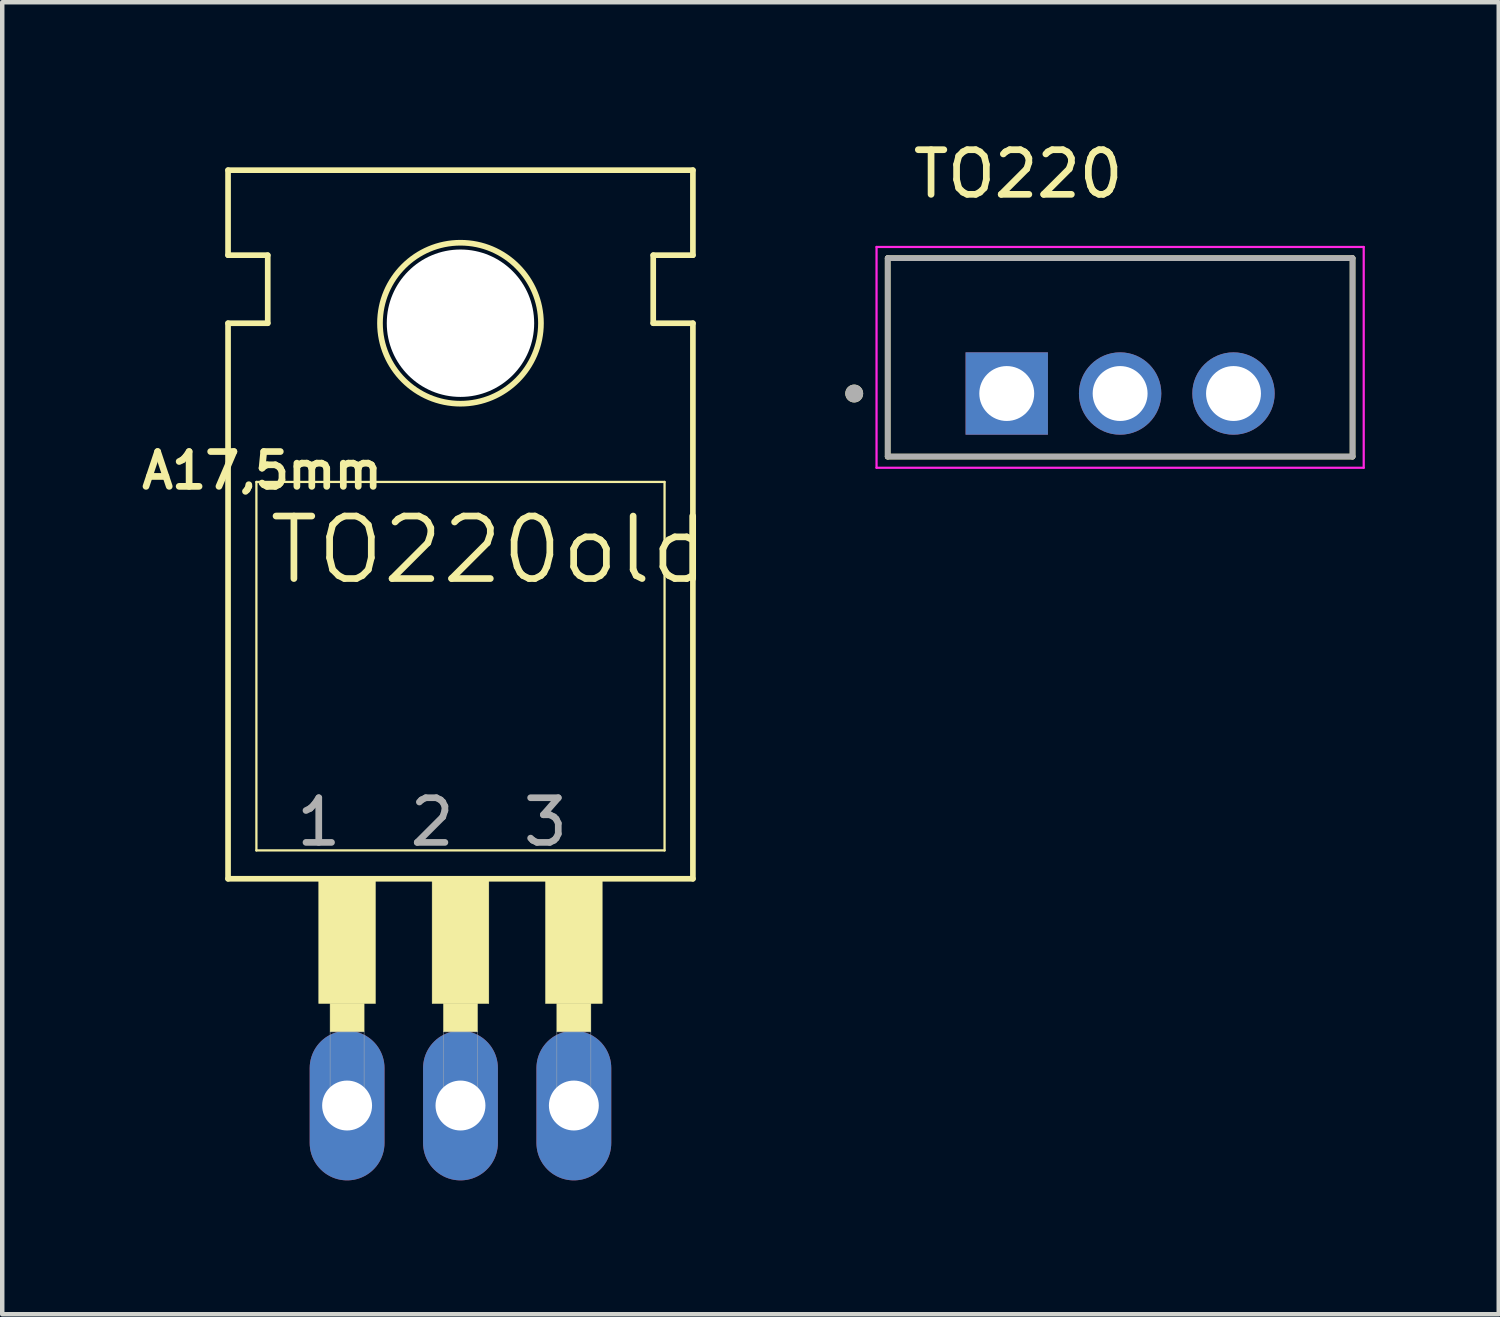
<source format=kicad_pcb>
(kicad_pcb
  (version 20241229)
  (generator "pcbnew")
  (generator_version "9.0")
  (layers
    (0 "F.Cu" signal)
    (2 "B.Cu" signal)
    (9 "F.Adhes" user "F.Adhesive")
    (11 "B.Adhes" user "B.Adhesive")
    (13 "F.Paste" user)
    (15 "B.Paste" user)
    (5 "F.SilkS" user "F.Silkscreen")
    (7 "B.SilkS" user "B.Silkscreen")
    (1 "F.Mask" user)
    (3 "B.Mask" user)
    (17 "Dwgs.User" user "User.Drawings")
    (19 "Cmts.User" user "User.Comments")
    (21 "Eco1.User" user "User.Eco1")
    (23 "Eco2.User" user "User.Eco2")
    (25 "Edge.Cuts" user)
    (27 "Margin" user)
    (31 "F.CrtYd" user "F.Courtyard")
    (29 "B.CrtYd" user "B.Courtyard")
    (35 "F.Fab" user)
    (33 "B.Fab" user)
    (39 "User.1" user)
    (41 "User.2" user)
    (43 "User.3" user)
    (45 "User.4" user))
  (footprint "TO220old"
    (layer "F.Cu")
    (at 7.266 15.367)
    (property "Reference" "TO220old" (at 0.635 -6.096 0) (layer "F.SilkS") (effects (font (size 1.4 1.4) (thickness 0.15))))
    (attr through_hole)
    (fp_line (start -5.207 -12.7) (end -5.207 -14.605) (stroke (width 0.127) (type solid)) (layer "F.SilkS"))
    (fp_line (start -5.207 -11.176) (end -4.318 -11.176) (stroke (width 0.127) (type solid)) (layer "F.SilkS"))
    (fp_line (start -5.207 1.27) (end -5.207 -11.176) (stroke (width 0.127) (type solid)) (layer "F.SilkS"))
    (fp_line (start -5.207 1.27) (end 5.207 1.27) (stroke (width 0.127) (type solid)) (layer "F.SilkS"))
    (fp_line (start -4.572 0.635) (end -4.572 -7.62) (stroke (width 0.051) (type solid)) (layer "F.SilkS"))
    (fp_line (start -4.572 0.635) (end 4.572 0.635) (stroke (width 0.051) (type solid)) (layer "F.SilkS"))
    (fp_line (start -4.318 -12.7) (end -5.207 -12.7) (stroke (width 0.127) (type solid)) (layer "F.SilkS"))
    (fp_line (start -4.318 -11.176) (end -4.318 -12.7) (stroke (width 0.127) (type solid)) (layer "F.SilkS"))
    (fp_line (start 4.318 -12.7) (end 5.207 -12.7) (stroke (width 0.127) (type solid)) (layer "F.SilkS"))
    (fp_line (start 4.318 -11.176) (end 4.318 -12.7) (stroke (width 0.127) (type solid)) (layer "F.SilkS"))
    (fp_line (start 4.572 -7.62) (end -4.572 -7.62) (stroke (width 0.051) (type solid)) (layer "F.SilkS"))
    (fp_line (start 4.572 -7.62) (end 4.572 0.635) (stroke (width 0.051) (type solid)) (layer "F.SilkS"))
    (fp_line (start 5.207 -14.605) (end -5.207 -14.605) (stroke (width 0.127) (type solid)) (layer "F.SilkS"))
    (fp_line (start 5.207 -12.7) (end 5.207 -14.605) (stroke (width 0.127) (type solid)) (layer "F.SilkS"))
    (fp_line (start 5.207 -11.176) (end 4.318 -11.176) (stroke (width 0.127) (type solid)) (layer "F.SilkS"))
    (fp_line (start 5.207 1.27) (end 5.207 -11.176) (stroke (width 0.127) (type solid)) (layer "F.SilkS"))
    (fp_circle (center 0 -11.176) (end 1.803 -11.176) (stroke (width 0.127) (type solid)) (fill no) (layer "F.SilkS"))
    (fp_poly (pts (xy -3.175 1.27) (xy -1.905 1.27) (xy -1.905 4.064) (xy -3.175 4.064)) (stroke (width 0.01) (type solid)) (fill yes) (layer "F.SilkS"))
    (fp_poly (pts (xy -2.921 4.064) (xy -2.159 4.064) (xy -2.159 4.699) (xy -2.921 4.699)) (stroke (width 0.01) (type solid)) (fill yes) (layer "F.SilkS"))
    (fp_poly (pts (xy -0.635 1.27) (xy 0.635 1.27) (xy 0.635 4.064) (xy -0.635 4.064)) (stroke (width 0.01) (type solid)) (fill yes) (layer "F.SilkS"))
    (fp_poly (pts (xy -0.381 4.064) (xy 0.381 4.064) (xy 0.381 4.699) (xy -0.381 4.699)) (stroke (width 0.01) (type solid)) (fill yes) (layer "F.SilkS"))
    (fp_poly (pts (xy 1.905 1.27) (xy 3.175 1.27) (xy 3.175 4.064) (xy 1.905 4.064)) (stroke (width 0.01) (type solid)) (fill yes) (layer "F.SilkS"))
    (fp_poly (pts (xy 2.159 4.064) (xy 2.921 4.064) (xy 2.921 4.699) (xy 2.159 4.699)) (stroke (width 0.01) (type solid)) (fill yes) (layer "F.SilkS"))
    (fp_poly (pts (xy -2.921 4.699) (xy -2.159 4.699) (xy -2.159 6.604) (xy -2.921 6.604)) (stroke (width 0.01) (type solid)) (fill no) (layer "F.Fab"))
    (fp_poly (pts (xy -0.381 4.699) (xy 0.381 4.699) (xy 0.381 6.604) (xy -0.381 6.604)) (stroke (width 0.01) (type solid)) (fill no) (layer "F.Fab"))
    (fp_poly (pts (xy 2.159 4.699) (xy 2.921 4.699) (xy 2.921 6.604) (xy 2.159 6.604)) (stroke (width 0.01) (type solid)) (fill no) (layer "F.Fab"))
    (fp_text user "A17,5mm" (at -4.445 -7.874 0) (layer "F.SilkS") (effects (font (size 0.78 0.78) (thickness 0.15))))
    (fp_text user "1" (at -3.175 0 0) (layer "F.Fab") (effects (font (size 1 1) (thickness 0.15))))
    (fp_text user "2" (at -0.635 0 0) (layer "F.Fab") (effects (font (size 1 1) (thickness 0.15))))
    (fp_text user "3" (at 1.905 0 0) (layer "F.Fab") (effects (font (size 1 1) (thickness 0.15))))
    (pad "" np_thru_hole circle (at 0 -11.176) (size 3.302 3.302) (drill 3.302) (layers "*.Cu" "*.Mask"))
    (pad "1" thru_hole oval (at -2.54 6.35) (size 1.676 3.353) (drill 1.118) (layers "*.Cu" "*.Mask"))
    (pad "2" thru_hole oval (at 0 6.35) (size 1.676 3.353) (drill 1.118) (layers "*.Cu" "*.Mask"))
    (pad "3" thru_hole oval (at 2.54 6.35) (size 1.676 3.353) (drill 1.118) (layers "*.Cu" "*.Mask"))
    (zone (net_name "") (layers "F.Cu" "B.Cu") (hatch full 0.508) (connect_pads) (min_thickness 0) (filled_areas_thickness no) (keepout (tracks allowed) (vias not_allowed) (pads allowed) (copperpour allowed) (footprints allowed)) (placement (enabled no)) (fill) (polygon (pts (xy 11.457 4.191) (xy 11.437 4.602) (xy 11.377 5.009) (xy 11.277 5.408) (xy 11.138 5.795) (xy 10.962 6.167) (xy 10.751 6.519) (xy 10.506 6.85) (xy 10.23 7.154) (xy 9.925 7.431) (xy 9.595 7.676) (xy 9.242 7.887) (xy 8.87 8.063) (xy 8.483 8.202) (xy 8.084 8.301) (xy 7.677 8.362) (xy 7.266 8.382) (xy 6.855 8.362) (xy 6.449 8.301) (xy 6.05 8.202) (xy 5.662 8.063) (xy 5.291 7.887) (xy 4.938 7.676) (xy 4.608 7.431) (xy 4.303 7.154) (xy 4.027 6.85) (xy 3.782 6.519) (xy 3.57 6.167) (xy 3.394 5.795) (xy 3.256 5.408) (xy 3.156 5.009) (xy 3.095 4.602) (xy 3.075 4.191) (xy 3.095 3.78) (xy 3.156 3.373) (xy 3.256 2.974) (xy 3.394 2.587) (xy 3.57 2.215) (xy 3.782 1.863) (xy 4.027 1.532) (xy 4.303 1.228) (xy 4.608 0.951) (xy 4.938 0.706) (xy 5.291 0.495) (xy 5.662 0.319) (xy 6.05 0.18) (xy 6.449 0.081) (xy 6.855 0.02) (xy 7.266 0) (xy 7.677 0.02) (xy 8.084 0.081) (xy 8.483 0.18) (xy 8.87 0.319) (xy 9.242 0.495) (xy 9.595 0.706) (xy 9.925 0.951) (xy 10.23 1.228) (xy 10.506 1.532) (xy 10.751 1.863) (xy 10.962 2.215) (xy 11.138 2.587) (xy 11.277 2.974) (xy 11.377 3.373) (xy 11.437 3.78))))
    (zone (net_name "") (layer "B.Cu") (hatch full 0.508) (connect_pads) (min_thickness 0) (filled_areas_thickness no) (keepout (tracks not_allowed) (vias not_allowed) (pads not_allowed) (copperpour not_allowed) (footprints allowed)) (placement (enabled no)) (fill) (polygon (pts (xy 11.457 4.191) (xy 11.437 4.602) (xy 11.377 5.009) (xy 11.277 5.408) (xy 11.138 5.795) (xy 10.962 6.167) (xy 10.751 6.519) (xy 10.506 6.85) (xy 10.23 7.154) (xy 9.925 7.431) (xy 9.595 7.676) (xy 9.242 7.887) (xy 8.87 8.063) (xy 8.483 8.202) (xy 8.084 8.301) (xy 7.677 8.362) (xy 7.266 8.382) (xy 6.855 8.362) (xy 6.449 8.301) (xy 6.05 8.202) (xy 5.662 8.063) (xy 5.291 7.887) (xy 4.938 7.676) (xy 4.608 7.431) (xy 4.303 7.154) (xy 4.027 6.85) (xy 3.782 6.519) (xy 3.57 6.167) (xy 3.394 5.795) (xy 3.256 5.408) (xy 3.156 5.009) (xy 3.095 4.602) (xy 3.075 4.191) (xy 3.095 3.78) (xy 3.156 3.373) (xy 3.256 2.974) (xy 3.394 2.587) (xy 3.57 2.215) (xy 3.782 1.863) (xy 4.027 1.532) (xy 4.303 1.228) (xy 4.608 0.951) (xy 4.938 0.706) (xy 5.291 0.495) (xy 5.662 0.319) (xy 6.05 0.18) (xy 6.449 0.081) (xy 6.855 0.02) (xy 7.266 0) (xy 7.677 0.02) (xy 8.084 0.081) (xy 8.483 0.18) (xy 8.87 0.319) (xy 9.242 0.495) (xy 9.595 0.706) (xy 9.925 0.951) (xy 10.23 1.228) (xy 10.506 1.532) (xy 10.751 1.863) (xy 10.962 2.215) (xy 11.138 2.587) (xy 11.277 2.974) (xy 11.377 3.373) (xy 11.437 3.78)))))
  (footprint "TO220"
    (layer "F.Cu")
    (at 22.044 4.956)
    (property "Reference" "TO220" (at -2.283 -4.107 0) (layer "F.SilkS") (effects (font (size 1 1) (thickness 0.15))))
    (attr through_hole)
    (fp_line (start -5.207 -2.223) (end 5.207 -2.223) (stroke (width 0.127) (type solid)) (layer "F.SilkS"))
    (fp_line (start -5.207 2.223) (end -5.207 -2.223) (stroke (width 0.127) (type solid)) (layer "F.SilkS"))
    (fp_line (start 5.207 -2.223) (end 5.207 2.223) (stroke (width 0.127) (type solid)) (layer "F.SilkS"))
    (fp_line (start 5.207 2.223) (end -5.207 2.223) (stroke (width 0.127) (type solid)) (layer "F.SilkS"))
    (fp_circle (center -5.957 0.81) (end -5.857 0.81) (stroke (width 0.2) (type solid)) (fill no) (layer "F.SilkS"))
    (fp_line (start -5.457 -2.473) (end -5.457 2.473) (stroke (width 0.05) (type solid)) (layer "F.CrtYd"))
    (fp_line (start -5.457 2.473) (end 5.457 2.473) (stroke (width 0.05) (type solid)) (layer "F.CrtYd"))
    (fp_line (start 5.457 -2.473) (end -5.457 -2.473) (stroke (width 0.05) (type solid)) (layer "F.CrtYd"))
    (fp_line (start 5.457 2.473) (end 5.457 -2.473) (stroke (width 0.05) (type solid)) (layer "F.CrtYd"))
    (fp_line (start -5.207 -2.223) (end 5.207 -2.223) (stroke (width 0.127) (type solid)) (layer "F.Fab"))
    (fp_line (start -5.207 2.223) (end -5.207 -2.223) (stroke (width 0.127) (type solid)) (layer "F.Fab"))
    (fp_line (start 5.207 -2.223) (end 5.207 2.223) (stroke (width 0.127) (type solid)) (layer "F.Fab"))
    (fp_line (start 5.207 2.223) (end -5.207 2.223) (stroke (width 0.127) (type solid)) (layer "F.Fab"))
    (fp_circle (center -5.957 0.81) (end -5.857 0.81) (stroke (width 0.2) (type solid)) (fill no) (layer "F.Fab"))
    (pad "1" thru_hole rect (at -2.54 0.81) (size 1.845 1.845) (drill 1.23) (layers "*.Cu" "*.Mask"))
    (pad "2" thru_hole circle (at 0 0.81) (size 1.845 1.845) (drill 1.23) (layers "*.Cu" "*.Mask"))
    (pad "3" thru_hole circle (at 2.54 0.81) (size 1.845 1.845) (drill 1.23) (layers "*.Cu" "*.Mask")))
  (gr_rect
    (start -3 -3)
    (end 30.526 26.393)
    (stroke (width 0.1) (type default))
    (fill no)
    (layer "Edge.Cuts")))
</source>
